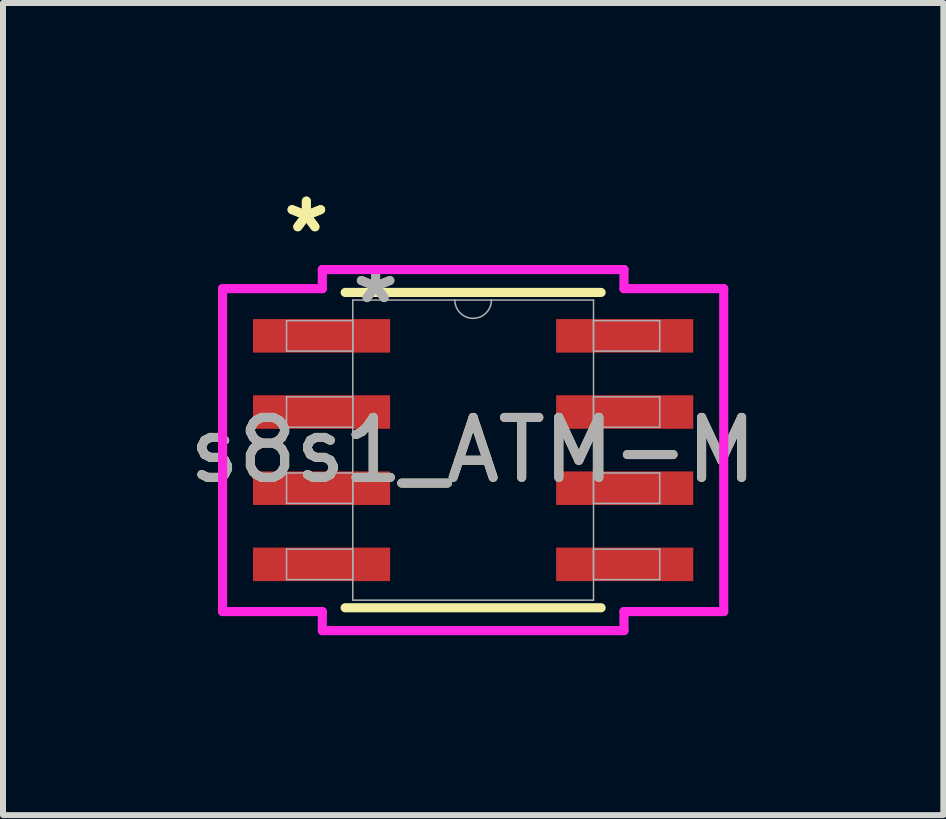
<source format=kicad_pcb>
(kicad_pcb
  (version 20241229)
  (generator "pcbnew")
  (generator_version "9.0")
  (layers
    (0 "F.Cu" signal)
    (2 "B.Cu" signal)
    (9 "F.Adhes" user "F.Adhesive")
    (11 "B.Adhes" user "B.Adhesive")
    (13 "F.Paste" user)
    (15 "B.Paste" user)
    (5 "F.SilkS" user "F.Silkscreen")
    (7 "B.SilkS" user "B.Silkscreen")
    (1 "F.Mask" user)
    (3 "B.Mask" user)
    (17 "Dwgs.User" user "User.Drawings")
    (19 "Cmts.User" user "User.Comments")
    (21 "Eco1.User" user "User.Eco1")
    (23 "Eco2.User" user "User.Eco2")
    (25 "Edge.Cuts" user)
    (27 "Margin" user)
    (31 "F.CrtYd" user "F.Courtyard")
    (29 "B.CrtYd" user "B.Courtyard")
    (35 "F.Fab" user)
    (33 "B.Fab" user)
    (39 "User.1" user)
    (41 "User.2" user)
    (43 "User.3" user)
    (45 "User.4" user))
  (footprint "s8s1_ATM-M"
    (layer "F.Cu")
    (at 4.839 4.455)
    (property "Reference" "s8s1_ATM-M" (at 0 0 0) (unlocked yes) (layer "F.SilkS") (effects (font (size 1 1) (thickness 0.15))))
    (attr smd)
    (fp_line (start -2.134 2.629) (end 2.134 2.629) (stroke (width 0.152) (type solid)) (layer "F.SilkS"))
    (fp_line (start 2.134 -2.629) (end -2.134 -2.629) (stroke (width 0.152) (type solid)) (layer "F.SilkS"))
    (fp_line (start -4.178 -2.692) (end -2.515 -2.692) (stroke (width 0.152) (type solid)) (layer "F.CrtYd"))
    (fp_line (start -4.178 2.692) (end -4.178 -2.692) (stroke (width 0.152) (type solid)) (layer "F.CrtYd"))
    (fp_line (start -4.178 2.692) (end -2.515 2.692) (stroke (width 0.152) (type solid)) (layer "F.CrtYd"))
    (fp_line (start -2.515 -3.01) (end 2.515 -3.01) (stroke (width 0.152) (type solid)) (layer "F.CrtYd"))
    (fp_line (start -2.515 -2.692) (end -2.515 -3.01) (stroke (width 0.152) (type solid)) (layer "F.CrtYd"))
    (fp_line (start -2.515 3.01) (end -2.515 2.692) (stroke (width 0.152) (type solid)) (layer "F.CrtYd"))
    (fp_line (start 2.515 -3.01) (end 2.515 -2.692) (stroke (width 0.152) (type solid)) (layer "F.CrtYd"))
    (fp_line (start 2.515 2.692) (end 2.515 3.01) (stroke (width 0.152) (type solid)) (layer "F.CrtYd"))
    (fp_line (start 2.515 3.01) (end -2.515 3.01) (stroke (width 0.152) (type solid)) (layer "F.CrtYd"))
    (fp_line (start 4.178 -2.692) (end 2.515 -2.692) (stroke (width 0.152) (type solid)) (layer "F.CrtYd"))
    (fp_line (start 4.178 -2.692) (end 4.178 2.692) (stroke (width 0.152) (type solid)) (layer "F.CrtYd"))
    (fp_line (start 4.178 2.692) (end 2.515 2.692) (stroke (width 0.152) (type solid)) (layer "F.CrtYd"))
    (fp_line (start -3.111 -2.159) (end -3.111 -1.651) (stroke (width 0.025) (type solid)) (layer "F.Fab"))
    (fp_line (start -3.111 -1.651) (end -2.007 -1.651) (stroke (width 0.025) (type solid)) (layer "F.Fab"))
    (fp_line (start -3.111 -0.889) (end -3.111 -0.381) (stroke (width 0.025) (type solid)) (layer "F.Fab"))
    (fp_line (start -3.111 -0.381) (end -2.007 -0.381) (stroke (width 0.025) (type solid)) (layer "F.Fab"))
    (fp_line (start -3.111 0.381) (end -3.111 0.889) (stroke (width 0.025) (type solid)) (layer "F.Fab"))
    (fp_line (start -3.111 0.889) (end -2.007 0.889) (stroke (width 0.025) (type solid)) (layer "F.Fab"))
    (fp_line (start -3.111 1.651) (end -3.111 2.159) (stroke (width 0.025) (type solid)) (layer "F.Fab"))
    (fp_line (start -3.111 2.159) (end -2.007 2.159) (stroke (width 0.025) (type solid)) (layer "F.Fab"))
    (fp_line (start -2.007 -2.502) (end -2.007 2.502) (stroke (width 0.025) (type solid)) (layer "F.Fab"))
    (fp_line (start -2.007 -2.159) (end -3.111 -2.159) (stroke (width 0.025) (type solid)) (layer "F.Fab"))
    (fp_line (start -2.007 -1.651) (end -2.007 -2.159) (stroke (width 0.025) (type solid)) (layer "F.Fab"))
    (fp_line (start -2.007 -0.889) (end -3.111 -0.889) (stroke (width 0.025) (type solid)) (layer "F.Fab"))
    (fp_line (start -2.007 -0.381) (end -2.007 -0.889) (stroke (width 0.025) (type solid)) (layer "F.Fab"))
    (fp_line (start -2.007 0.381) (end -3.111 0.381) (stroke (width 0.025) (type solid)) (layer "F.Fab"))
    (fp_line (start -2.007 0.889) (end -2.007 0.381) (stroke (width 0.025) (type solid)) (layer "F.Fab"))
    (fp_line (start -2.007 1.651) (end -3.111 1.651) (stroke (width 0.025) (type solid)) (layer "F.Fab"))
    (fp_line (start -2.007 2.159) (end -2.007 1.651) (stroke (width 0.025) (type solid)) (layer "F.Fab"))
    (fp_line (start -2.007 2.502) (end 2.007 2.502) (stroke (width 0.025) (type solid)) (layer "F.Fab"))
    (fp_line (start 2.007 -2.502) (end -2.007 -2.502) (stroke (width 0.025) (type solid)) (layer "F.Fab"))
    (fp_line (start 2.007 -2.159) (end 2.007 -1.651) (stroke (width 0.025) (type solid)) (layer "F.Fab"))
    (fp_line (start 2.007 -1.651) (end 3.111 -1.651) (stroke (width 0.025) (type solid)) (layer "F.Fab"))
    (fp_line (start 2.007 -0.889) (end 2.007 -0.381) (stroke (width 0.025) (type solid)) (layer "F.Fab"))
    (fp_line (start 2.007 -0.381) (end 3.111 -0.381) (stroke (width 0.025) (type solid)) (layer "F.Fab"))
    (fp_line (start 2.007 0.381) (end 2.007 0.889) (stroke (width 0.025) (type solid)) (layer "F.Fab"))
    (fp_line (start 2.007 0.889) (end 3.111 0.889) (stroke (width 0.025) (type solid)) (layer "F.Fab"))
    (fp_line (start 2.007 1.651) (end 2.007 2.159) (stroke (width 0.025) (type solid)) (layer "F.Fab"))
    (fp_line (start 2.007 2.159) (end 3.111 2.159) (stroke (width 0.025) (type solid)) (layer "F.Fab"))
    (fp_line (start 2.007 2.502) (end 2.007 -2.502) (stroke (width 0.025) (type solid)) (layer "F.Fab"))
    (fp_line (start 3.111 -2.159) (end 2.007 -2.159) (stroke (width 0.025) (type solid)) (layer "F.Fab"))
    (fp_line (start 3.111 -1.651) (end 3.111 -2.159) (stroke (width 0.025) (type solid)) (layer "F.Fab"))
    (fp_line (start 3.111 -0.889) (end 2.007 -0.889) (stroke (width 0.025) (type solid)) (layer "F.Fab"))
    (fp_line (start 3.111 -0.381) (end 3.111 -0.889) (stroke (width 0.025) (type solid)) (layer "F.Fab"))
    (fp_line (start 3.111 0.381) (end 2.007 0.381) (stroke (width 0.025) (type solid)) (layer "F.Fab"))
    (fp_line (start 3.111 0.889) (end 3.111 0.381) (stroke (width 0.025) (type solid)) (layer "F.Fab"))
    (fp_line (start 3.111 1.651) (end 2.007 1.651) (stroke (width 0.025) (type solid)) (layer "F.Fab"))
    (fp_line (start 3.111 2.159) (end 3.111 1.651) (stroke (width 0.025) (type solid)) (layer "F.Fab"))
    (fp_arc (start 0.3048 -2.5019) (mid 0 -2.1971) (end -0.3048 -2.5019) (stroke (width 0.0254) (type solid)) (layer "F.Fab"))
    (fp_text user "*" (at -2.781 -3.607 0) (unlocked yes) (layer "F.SilkS") (effects (font (size 1 1) (thickness 0.15))))
    (fp_text user "*" (at -2.781 -3.607 0) (layer "F.SilkS") (effects (font (size 1 1) (thickness 0.15))))
    (fp_text user "*" (at -1.626 -2.426 0) (unlocked yes) (layer "F.Fab") (effects (font (size 1 1) (thickness 0.15))))
    (fp_text user "*" (at -1.626 -2.426 0) (layer "F.Fab") (effects (font (size 1 1) (thickness 0.15))))
    (fp_text user "${REFERENCE}" (at 0 0 0) (unlocked yes) (layer "F.Fab") (effects (font (size 1 1) (thickness 0.15))))
    (pad "1" smd rect (at -2.527 -1.905) (size 2.286 0.559) (layers "F.Cu" "F.Mask" "F.Paste"))
    (pad "2" smd rect (at -2.527 -0.635) (size 2.286 0.559) (layers "F.Cu" "F.Mask" "F.Paste"))
    (pad "3" smd rect (at -2.527 0.635) (size 2.286 0.559) (layers "F.Cu" "F.Mask" "F.Paste"))
    (pad "4" smd rect (at -2.527 1.905) (size 2.286 0.559) (layers "F.Cu" "F.Mask" "F.Paste"))
    (pad "5" smd rect (at 2.527 1.905) (size 2.286 0.559) (layers "F.Cu" "F.Mask" "F.Paste"))
    (pad "6" smd rect (at 2.527 0.635) (size 2.286 0.559) (layers "F.Cu" "F.Mask" "F.Paste"))
    (pad "7" smd rect (at 2.527 -0.635) (size 2.286 0.559) (layers "F.Cu" "F.Mask" "F.Paste"))
    (pad "8" smd rect (at 2.527 -1.905) (size 2.286 0.559) (layers "F.Cu" "F.Mask" "F.Paste")))
  (gr_rect
    (start -3 -3)
    (end 12.679 10.541)
    (stroke (width 0.1) (type default))
    (fill no)
    (layer "Edge.Cuts")))
</source>
